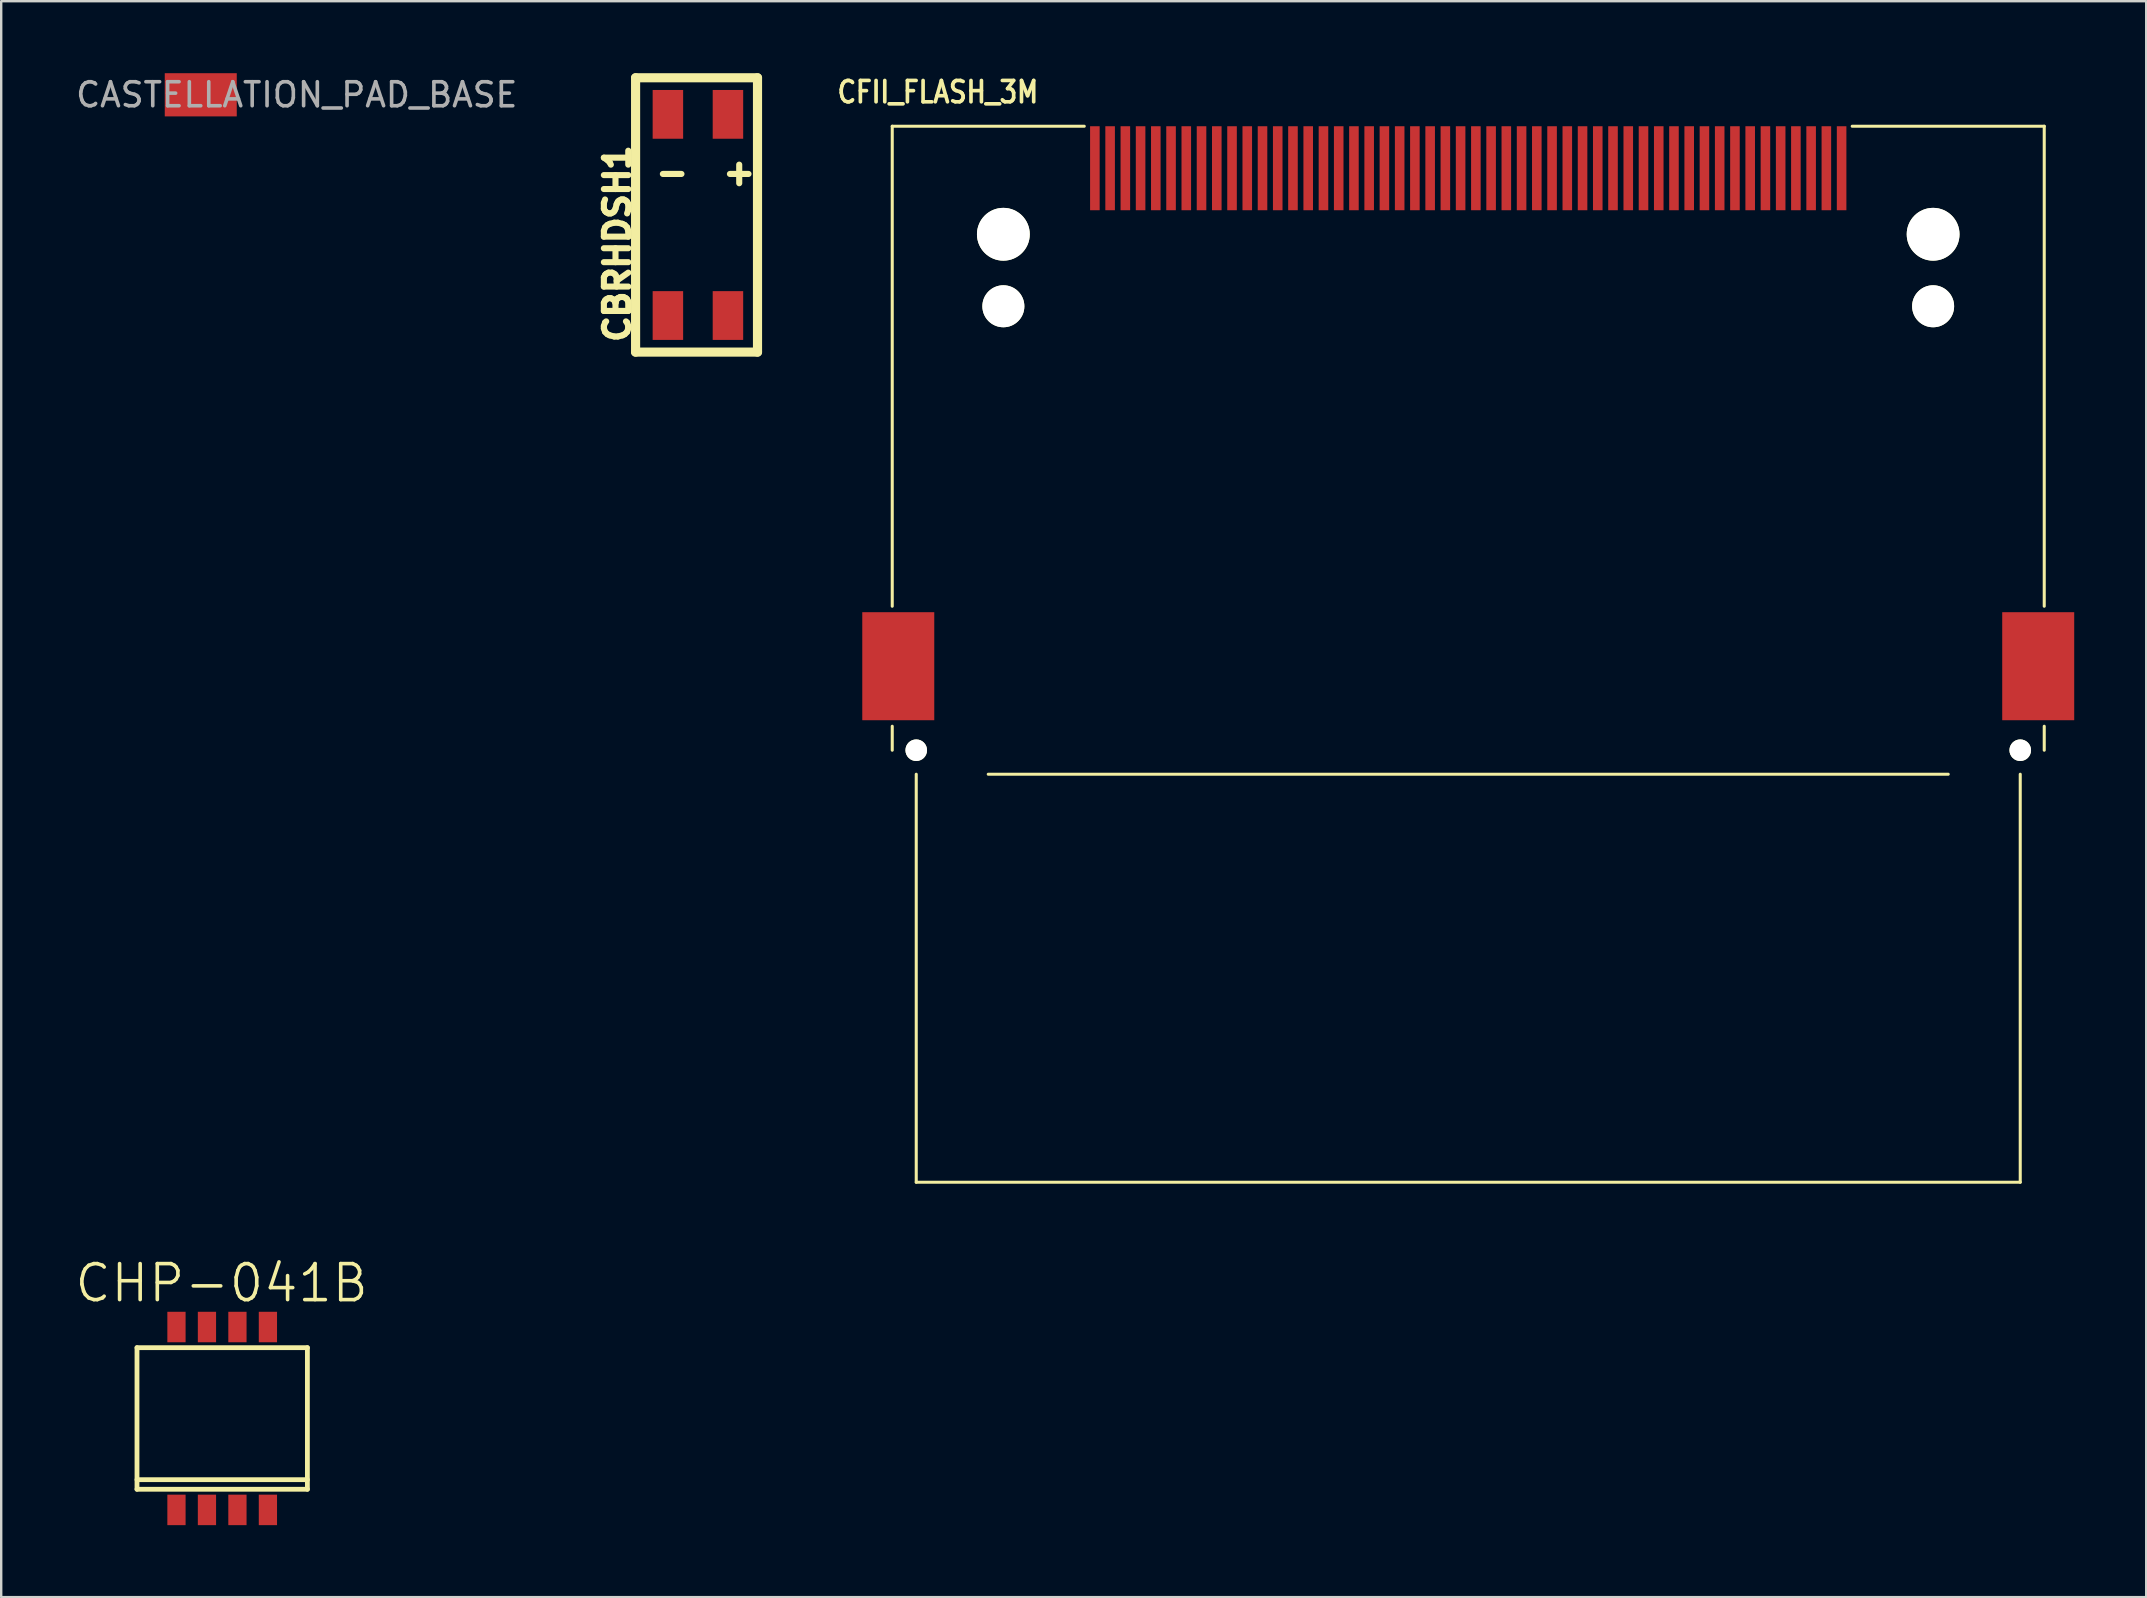
<source format=kicad_pcb>
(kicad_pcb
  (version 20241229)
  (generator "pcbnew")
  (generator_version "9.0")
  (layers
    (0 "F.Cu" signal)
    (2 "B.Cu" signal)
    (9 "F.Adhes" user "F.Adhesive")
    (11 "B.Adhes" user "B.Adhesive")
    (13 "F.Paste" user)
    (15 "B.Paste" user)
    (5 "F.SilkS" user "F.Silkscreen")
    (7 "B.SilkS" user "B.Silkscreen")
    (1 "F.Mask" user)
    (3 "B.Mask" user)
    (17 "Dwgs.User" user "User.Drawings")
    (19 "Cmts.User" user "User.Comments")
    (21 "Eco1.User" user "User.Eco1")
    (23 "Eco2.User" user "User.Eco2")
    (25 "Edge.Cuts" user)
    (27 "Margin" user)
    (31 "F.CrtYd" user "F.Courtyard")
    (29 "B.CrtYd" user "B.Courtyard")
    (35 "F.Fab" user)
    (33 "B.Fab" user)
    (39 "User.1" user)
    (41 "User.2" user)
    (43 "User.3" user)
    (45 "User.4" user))
  (footprint "CBRHDSH1"
    (layer "F.Cu")
    (at 25.973 5.652)
    (property "Reference" "CBRHDSH1" (at -3.302 1.448 90) (layer "F.SilkS") (effects (font (size 1.016 1.016) (thickness 0.305))))
    (attr through_hole)
    (fp_line (start -2.54 -5.461) (end 2.54 -5.461) (stroke (width 0.381) (type solid)) (layer "F.SilkS"))
    (fp_line (start -2.54 5.969) (end -2.54 -5.461) (stroke (width 0.381) (type solid)) (layer "F.SilkS"))
    (fp_line (start 2.54 -5.461) (end 2.54 5.969) (stroke (width 0.381) (type solid)) (layer "F.SilkS"))
    (fp_line (start 2.54 5.969) (end -2.54 5.969) (stroke (width 0.381) (type solid)) (layer "F.SilkS"))
    (fp_text user "-" (at -1.016 -1.524 0) (layer "F.SilkS") (effects (font (size 1.016 1.016) (thickness 0.305))))
    (fp_text user "+" (at 1.778 -1.524 0) (layer "F.SilkS") (effects (font (size 1.016 1.016) (thickness 0.305))))
    (pad "1" smd rect (at -1.194 -3.937) (size 1.27 2.032) (layers "F.Cu" "F.Mask" "F.Paste"))
    (pad "2" smd rect (at -1.194 4.445) (size 1.27 2.032) (layers "F.Cu" "F.Mask" "F.Paste"))
    (pad "3" smd rect (at 1.308 -3.937) (size 1.27 2.032) (layers "F.Cu" "F.Mask" "F.Paste"))
    (pad "4" smd rect (at 1.308 4.445) (size 1.27 2.032) (layers "F.Cu" "F.Mask" "F.Paste")))
  (footprint "CHP-041B"
    (layer "F.Cu")
    (at 6.208 56.053)
    (property "Reference" "CHP-041B" (at -0.025 -5.639 0) (layer "F.SilkS") (effects (font (size 1.5 1.5) (thickness 0.15))))
    (attr through_hole)
    (fp_line (start -3.55 -2.95) (end 3.55 -2.95) (stroke (width 0.2) (type solid)) (layer "F.SilkS"))
    (fp_line (start -3.55 2.55) (end 3.55 2.55) (stroke (width 0.2) (type solid)) (layer "F.SilkS"))
    (fp_line (start -3.55 2.95) (end -3.55 -2.95) (stroke (width 0.2) (type solid)) (layer "F.SilkS"))
    (fp_line (start 3.55 -2.95) (end 3.55 2.95) (stroke (width 0.2) (type solid)) (layer "F.SilkS"))
    (fp_line (start 3.55 2.95) (end -3.55 2.95) (stroke (width 0.2) (type solid)) (layer "F.SilkS"))
    (pad "1" smd rect (at -1.905 3.81) (size 0.76 1.27) (layers "F.Cu" "F.Mask" "F.Paste"))
    (pad "2" smd rect (at -0.635 3.81) (size 0.76 1.27) (layers "F.Cu" "F.Mask" "F.Paste"))
    (pad "3" smd rect (at 0.635 3.81) (size 0.76 1.27) (layers "F.Cu" "F.Mask" "F.Paste"))
    (pad "4" smd rect (at 1.905 3.81) (size 0.76 1.27) (layers "F.Cu" "F.Mask" "F.Paste"))
    (pad "5" smd rect (at 1.905 -3.81) (size 0.76 1.27) (layers "F.Cu" "F.Mask" "F.Paste"))
    (pad "6" smd rect (at 0.635 -3.81) (size 0.76 1.27) (layers "F.Cu" "F.Mask" "F.Paste"))
    (pad "7" smd rect (at -0.635 -3.81) (size 0.76 1.27) (layers "F.Cu" "F.Mask" "F.Paste"))
    (pad "8" smd rect (at -1.905 -3.81) (size 0.76 1.27) (layers "F.Cu" "F.Mask" "F.Paste")))
  (footprint "CASTELLATION_PAD_BASE"
    (layer "F.Cu")
    (at 5.315 0.9)
    (property "Reference" "CASTELLATION_PAD_BASE" (at 4 0 0) (layer "F.Fab") (effects (font (size 1 1) (thickness 0.15))))
    (attr through_hole)
    (pad "1" smd rect (at 0 0) (size 3 1.8) (layers "F.Cu" "F.Mask" "F.Paste")))
  (footprint "CFII_FLASH_3M"
    (layer "F.Cu")
    (at 58.127 2.21)
    (property "Reference" "CFII_FLASH_3M" (at -22.098 -1.422 0) (layer "F.SilkS") (effects (font (size 0.889 0.762) (thickness 0.152))))
    (attr through_hole)
    (fp_line (start -24 0) (end -15.999 0) (stroke (width 0.127) (type solid)) (layer "F.SilkS"))
    (fp_line (start -24 20) (end -24 0) (stroke (width 0.127) (type solid)) (layer "F.SilkS"))
    (fp_line (start -24 25.001) (end -24 25.999) (stroke (width 0.127) (type solid)) (layer "F.SilkS"))
    (fp_line (start -23 27) (end -23 44) (stroke (width 0.127) (type solid)) (layer "F.SilkS"))
    (fp_line (start -23 44) (end 23 44) (stroke (width 0.127) (type solid)) (layer "F.SilkS"))
    (fp_line (start -20 27) (end 20 27) (stroke (width 0.127) (type solid)) (layer "F.SilkS"))
    (fp_line (start 23 44) (end 23 27) (stroke (width 0.127) (type solid)) (layer "F.SilkS"))
    (fp_line (start 24 0) (end 15.999 0) (stroke (width 0.127) (type solid)) (layer "F.SilkS"))
    (fp_line (start 24 0) (end 24 20) (stroke (width 0.127) (type solid)) (layer "F.SilkS"))
    (fp_line (start 24 25.001) (end 24 25.999) (stroke (width 0.127) (type solid)) (layer "F.SilkS"))
    (pad "" np_thru_hole circle (at -23 25.999) (size 0.899 0.899) (drill 0.899) (layers "*.Cu" "*.Mask" "F.SilkS"))
    (pad "" np_thru_hole circle (at -19.37 4.501) (size 2.2 2.2) (drill 2.2) (layers "*.Cu" "*.Mask" "F.SilkS"))
    (pad "" np_thru_hole circle (at -19.37 7.501) (size 1.75 1.75) (drill 1.75) (layers "*.Cu" "*.Mask" "F.SilkS"))
    (pad "" np_thru_hole circle (at 19.37 4.501) (size 2.2 2.2) (drill 2.2) (layers "*.Cu" "*.Mask" "F.SilkS"))
    (pad "" np_thru_hole circle (at 19.37 7.501) (size 1.75 1.75) (drill 1.75) (layers "*.Cu" "*.Mask" "F.SilkS"))
    (pad "" np_thru_hole circle (at 23 25.999) (size 0.899 0.899) (drill 0.899) (layers "*.Cu" "*.Mask" "F.SilkS"))
    (pad "1" smd rect (at -15.557 1.75) (size 0.399 3.5) (layers "F.Cu" "F.Mask" "F.Paste"))
    (pad "2" smd rect (at -14.287 1.75) (size 0.399 3.5) (layers "F.Cu" "F.Mask" "F.Paste"))
    (pad "3" smd rect (at -13.018 1.75) (size 0.399 3.5) (layers "F.Cu" "F.Mask" "F.Paste"))
    (pad "4" smd rect (at -11.748 1.75) (size 0.399 3.5) (layers "F.Cu" "F.Mask" "F.Paste"))
    (pad "5" smd rect (at -10.477 1.75) (size 0.399 3.5) (layers "F.Cu" "F.Mask" "F.Paste"))
    (pad "6" smd rect (at -9.207 1.75) (size 0.399 3.5) (layers "F.Cu" "F.Mask" "F.Paste"))
    (pad "7" smd rect (at -7.938 1.75) (size 0.399 3.5) (layers "F.Cu" "F.Mask" "F.Paste"))
    (pad "8" smd rect (at -6.668 1.75) (size 0.399 3.5) (layers "F.Cu" "F.Mask" "F.Paste"))
    (pad "9" smd rect (at -5.397 1.75) (size 0.399 3.5) (layers "F.Cu" "F.Mask" "F.Paste"))
    (pad "10" smd rect (at -4.128 1.75) (size 0.399 3.5) (layers "F.Cu" "F.Mask" "F.Paste"))
    (pad "11" smd rect (at -2.857 1.75) (size 0.399 3.5) (layers "F.Cu" "F.Mask" "F.Paste"))
    (pad "12" smd rect (at -1.587 1.75) (size 0.399 3.5) (layers "F.Cu" "F.Mask" "F.Paste"))
    (pad "13" smd rect (at -0.318 1.75) (size 0.399 3.5) (layers "F.Cu" "F.Mask" "F.Paste"))
    (pad "14" smd rect (at 0.953 1.75) (size 0.399 3.5) (layers "F.Cu" "F.Mask" "F.Paste"))
    (pad "15" smd rect (at 2.223 1.75) (size 0.399 3.5) (layers "F.Cu" "F.Mask" "F.Paste"))
    (pad "16" smd rect (at 3.493 1.75) (size 0.399 3.5) (layers "F.Cu" "F.Mask" "F.Paste"))
    (pad "17" smd rect (at 4.763 1.75) (size 0.399 3.5) (layers "F.Cu" "F.Mask" "F.Paste"))
    (pad "18" smd rect (at 6.032 1.75) (size 0.399 3.5) (layers "F.Cu" "F.Mask" "F.Paste"))
    (pad "19" smd rect (at 7.303 1.75) (size 0.399 3.5) (layers "F.Cu" "F.Mask" "F.Paste"))
    (pad "20" smd rect (at 8.572 1.75) (size 0.399 3.5) (layers "F.Cu" "F.Mask" "F.Paste"))
    (pad "21" smd rect (at 9.842 1.75) (size 0.399 3.5) (layers "F.Cu" "F.Mask" "F.Paste"))
    (pad "22" smd rect (at 11.113 1.75) (size 0.399 3.5) (layers "F.Cu" "F.Mask" "F.Paste"))
    (pad "23" smd rect (at 12.383 1.75) (size 0.399 3.5) (layers "F.Cu" "F.Mask" "F.Paste"))
    (pad "24" smd rect (at 13.652 1.75) (size 0.399 3.5) (layers "F.Cu" "F.Mask" "F.Paste"))
    (pad "25" smd rect (at 14.922 1.75) (size 0.399 3.5) (layers "F.Cu" "F.Mask" "F.Paste"))
    (pad "26" smd rect (at -14.922 1.75) (size 0.399 3.5) (layers "F.Cu" "F.Mask" "F.Paste"))
    (pad "27" smd rect (at -13.652 1.75) (size 0.399 3.5) (layers "F.Cu" "F.Mask" "F.Paste"))
    (pad "28" smd rect (at -12.383 1.75) (size 0.399 3.5) (layers "F.Cu" "F.Mask" "F.Paste"))
    (pad "29" smd rect (at -11.113 1.75) (size 0.399 3.5) (layers "F.Cu" "F.Mask" "F.Paste"))
    (pad "30" smd rect (at -9.842 1.75) (size 0.399 3.5) (layers "F.Cu" "F.Mask" "F.Paste"))
    (pad "31" smd rect (at -8.572 1.75) (size 0.399 3.5) (layers "F.Cu" "F.Mask" "F.Paste"))
    (pad "32" smd rect (at -7.303 1.75) (size 0.399 3.5) (layers "F.Cu" "F.Mask" "F.Paste"))
    (pad "33" smd rect (at -6.032 1.75) (size 0.399 3.5) (layers "F.Cu" "F.Mask" "F.Paste"))
    (pad "34" smd rect (at -4.763 1.75) (size 0.399 3.5) (layers "F.Cu" "F.Mask" "F.Paste"))
    (pad "35" smd rect (at -3.493 1.75) (size 0.399 3.5) (layers "F.Cu" "F.Mask" "F.Paste"))
    (pad "36" smd rect (at -2.223 1.75) (size 0.399 3.5) (layers "F.Cu" "F.Mask" "F.Paste"))
    (pad "37" smd rect (at -0.953 1.75) (size 0.399 3.5) (layers "F.Cu" "F.Mask" "F.Paste"))
    (pad "38" smd rect (at 0.318 1.75) (size 0.399 3.5) (layers "F.Cu" "F.Mask" "F.Paste"))
    (pad "39" smd rect (at 1.587 1.75) (size 0.399 3.5) (layers "F.Cu" "F.Mask" "F.Paste"))
    (pad "40" smd rect (at 2.857 1.75) (size 0.399 3.5) (layers "F.Cu" "F.Mask" "F.Paste"))
    (pad "41" smd rect (at 4.128 1.75) (size 0.399 3.5) (layers "F.Cu" "F.Mask" "F.Paste"))
    (pad "42" smd rect (at 5.397 1.75) (size 0.399 3.5) (layers "F.Cu" "F.Mask" "F.Paste"))
    (pad "43" smd rect (at 6.668 1.75) (size 0.399 3.5) (layers "F.Cu" "F.Mask" "F.Paste"))
    (pad "44" smd rect (at 7.938 1.75) (size 0.399 3.5) (layers "F.Cu" "F.Mask" "F.Paste"))
    (pad "45" smd rect (at 9.207 1.75) (size 0.399 3.5) (layers "F.Cu" "F.Mask" "F.Paste"))
    (pad "46" smd rect (at 10.477 1.75) (size 0.399 3.5) (layers "F.Cu" "F.Mask" "F.Paste"))
    (pad "47" smd rect (at 11.748 1.75) (size 0.399 3.5) (layers "F.Cu" "F.Mask" "F.Paste"))
    (pad "48" smd rect (at 13.018 1.75) (size 0.399 3.5) (layers "F.Cu" "F.Mask" "F.Paste"))
    (pad "49" smd rect (at 14.287 1.75) (size 0.399 3.5) (layers "F.Cu" "F.Mask" "F.Paste"))
    (pad "50" smd rect (at 15.557 1.75) (size 0.399 3.5) (layers "F.Cu" "F.Mask" "F.Paste"))
    (pad "57" smd rect (at 23.749 22.499) (size 3 4.501) (layers "F.Cu" "F.Mask" "F.Paste"))
    (pad "58" smd rect (at -23.749 22.499) (size 3 4.501) (layers "F.Cu" "F.Mask" "F.Paste")))
  (gr_rect
    (start -3 -3)
    (end 86.376 63.498)
    (stroke (width 0.1) (type default))
    (fill no)
    (layer "Edge.Cuts")))
</source>
